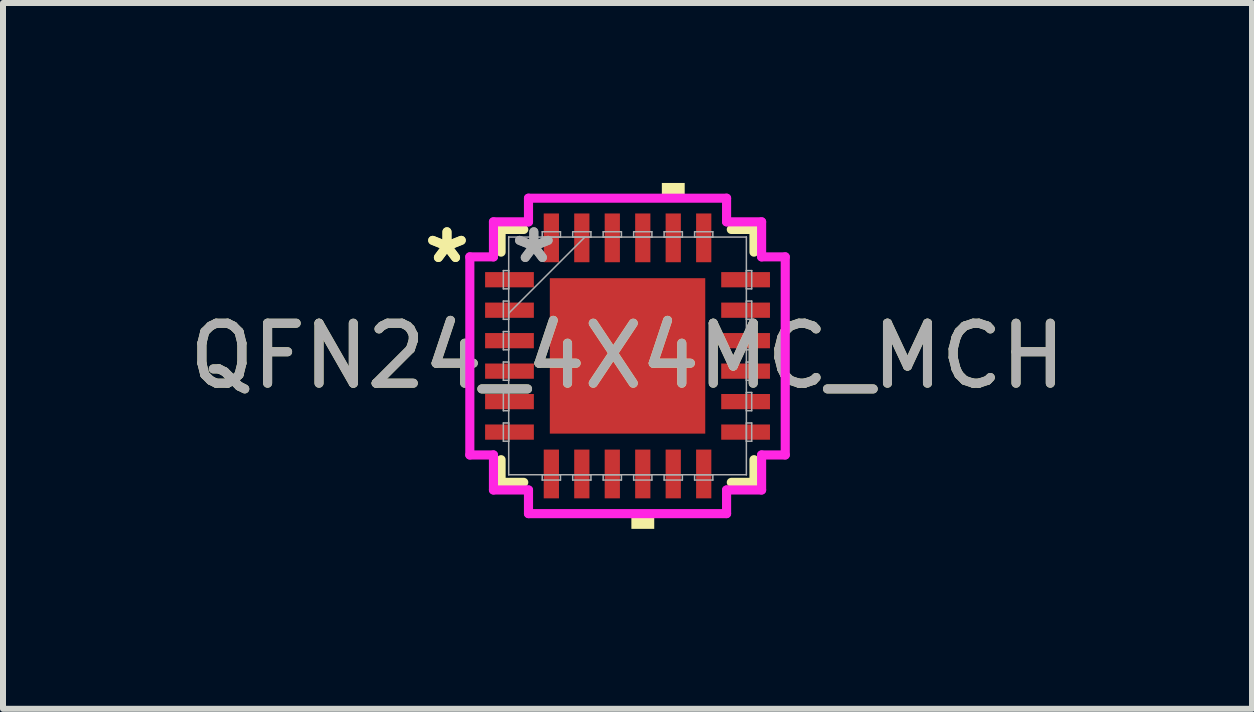
<source format=kicad_pcb>
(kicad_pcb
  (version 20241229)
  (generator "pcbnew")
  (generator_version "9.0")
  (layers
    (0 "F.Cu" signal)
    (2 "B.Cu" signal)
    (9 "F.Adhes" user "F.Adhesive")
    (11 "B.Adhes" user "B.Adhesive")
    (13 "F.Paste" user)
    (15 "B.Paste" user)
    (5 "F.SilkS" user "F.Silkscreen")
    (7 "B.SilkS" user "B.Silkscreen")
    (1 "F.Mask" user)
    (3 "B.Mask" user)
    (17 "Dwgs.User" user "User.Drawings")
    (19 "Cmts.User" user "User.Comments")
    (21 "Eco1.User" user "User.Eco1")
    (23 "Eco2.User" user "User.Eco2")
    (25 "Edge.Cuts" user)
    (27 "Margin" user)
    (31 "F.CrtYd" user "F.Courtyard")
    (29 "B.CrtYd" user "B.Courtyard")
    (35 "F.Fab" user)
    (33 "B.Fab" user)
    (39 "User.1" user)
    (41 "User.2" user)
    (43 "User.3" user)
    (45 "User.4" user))
  (footprint "QFN24_4X4MC_MCH"
    (layer "F.Cu")
    (at 7.411 2.883)
    (property "Reference" "QFN24_4X4MC_MCH" (at 0 0 0) (unlocked yes) (layer "F.SilkS") (effects (font (size 1 1) (thickness 0.15))))
    (attr smd)
    (fp_line (start -2.108 -2.108) (end -2.108 -1.73) (stroke (width 0.152) (type solid)) (layer "F.SilkS"))
    (fp_line (start -2.108 1.73) (end -2.108 2.108) (stroke (width 0.152) (type solid)) (layer "F.SilkS"))
    (fp_line (start -2.108 2.108) (end -1.73 2.108) (stroke (width 0.152) (type solid)) (layer "F.SilkS"))
    (fp_line (start -1.73 -2.108) (end -2.108 -2.108) (stroke (width 0.152) (type solid)) (layer "F.SilkS"))
    (fp_line (start 1.73 2.108) (end 2.108 2.108) (stroke (width 0.152) (type solid)) (layer "F.SilkS"))
    (fp_line (start 2.108 -2.108) (end 1.73 -2.108) (stroke (width 0.152) (type solid)) (layer "F.SilkS"))
    (fp_line (start 2.108 -1.73) (end 2.108 -2.108) (stroke (width 0.152) (type solid)) (layer "F.SilkS"))
    (fp_line (start 2.108 2.108) (end 2.108 1.73) (stroke (width 0.152) (type solid)) (layer "F.SilkS"))
    (fp_poly (pts (xy 0.064 2.629) (xy 0.064 2.883) (xy 0.445 2.883) (xy 0.445 2.629)) (stroke (width 0) (type solid)) (fill yes) (layer "F.SilkS"))
    (fp_poly (pts (xy 0.572 -2.629) (xy 0.572 -2.883) (xy 0.953 -2.883) (xy 0.953 -2.629)) (stroke (width 0) (type solid)) (fill yes) (layer "F.SilkS"))
    (fp_poly (pts (xy -1.195 -1.195) (xy -1.195 -0.1) (xy -0.1 -0.1) (xy -0.1 -1.195)) (stroke (width 0) (type solid)) (fill yes) (layer "F.Paste"))
    (fp_poly (pts (xy -1.195 0.1) (xy -1.195 1.195) (xy -0.1 1.195) (xy -0.1 0.1)) (stroke (width 0) (type solid)) (fill yes) (layer "F.Paste"))
    (fp_poly (pts (xy 0.1 -1.195) (xy 0.1 -0.1) (xy 1.195 -0.1) (xy 1.195 -1.195)) (stroke (width 0) (type solid)) (fill yes) (layer "F.Paste"))
    (fp_poly (pts (xy 0.1 0.1) (xy 0.1 1.195) (xy 1.195 1.195) (xy 1.195 0.1)) (stroke (width 0) (type solid)) (fill yes) (layer "F.Paste"))
    (fp_line (start -2.629 -1.651) (end -2.235 -1.651) (stroke (width 0.152) (type solid)) (layer "F.CrtYd"))
    (fp_line (start -2.629 1.651) (end -2.629 -1.651) (stroke (width 0.152) (type solid)) (layer "F.CrtYd"))
    (fp_line (start -2.235 -2.235) (end -1.651 -2.235) (stroke (width 0.152) (type solid)) (layer "F.CrtYd"))
    (fp_line (start -2.235 -1.651) (end -2.235 -2.235) (stroke (width 0.152) (type solid)) (layer "F.CrtYd"))
    (fp_line (start -2.235 1.651) (end -2.629 1.651) (stroke (width 0.152) (type solid)) (layer "F.CrtYd"))
    (fp_line (start -2.235 2.235) (end -2.235 1.651) (stroke (width 0.152) (type solid)) (layer "F.CrtYd"))
    (fp_line (start -1.651 -2.629) (end 1.651 -2.629) (stroke (width 0.152) (type solid)) (layer "F.CrtYd"))
    (fp_line (start -1.651 -2.235) (end -1.651 -2.629) (stroke (width 0.152) (type solid)) (layer "F.CrtYd"))
    (fp_line (start -1.651 2.235) (end -2.235 2.235) (stroke (width 0.152) (type solid)) (layer "F.CrtYd"))
    (fp_line (start -1.651 2.629) (end -1.651 2.235) (stroke (width 0.152) (type solid)) (layer "F.CrtYd"))
    (fp_line (start 1.651 -2.629) (end 1.651 -2.235) (stroke (width 0.152) (type solid)) (layer "F.CrtYd"))
    (fp_line (start 1.651 -2.235) (end 2.235 -2.235) (stroke (width 0.152) (type solid)) (layer "F.CrtYd"))
    (fp_line (start 1.651 2.235) (end 1.651 2.629) (stroke (width 0.152) (type solid)) (layer "F.CrtYd"))
    (fp_line (start 1.651 2.629) (end -1.651 2.629) (stroke (width 0.152) (type solid)) (layer "F.CrtYd"))
    (fp_line (start 2.235 -2.235) (end 2.235 -1.651) (stroke (width 0.152) (type solid)) (layer "F.CrtYd"))
    (fp_line (start 2.235 -1.651) (end 2.629 -1.651) (stroke (width 0.152) (type solid)) (layer "F.CrtYd"))
    (fp_line (start 2.235 1.651) (end 2.235 2.235) (stroke (width 0.152) (type solid)) (layer "F.CrtYd"))
    (fp_line (start 2.235 2.235) (end 1.651 2.235) (stroke (width 0.152) (type solid)) (layer "F.CrtYd"))
    (fp_line (start 2.629 -1.651) (end 2.629 1.651) (stroke (width 0.152) (type solid)) (layer "F.CrtYd"))
    (fp_line (start 2.629 1.651) (end 2.235 1.651) (stroke (width 0.152) (type solid)) (layer "F.CrtYd"))
    (fp_line (start -2.07 -1.422) (end -2.07 -1.118) (stroke (width 0.025) (type solid)) (layer "F.Fab"))
    (fp_line (start -2.07 -1.118) (end -1.981 -1.118) (stroke (width 0.025) (type solid)) (layer "F.Fab"))
    (fp_line (start -2.07 -0.914) (end -2.07 -0.61) (stroke (width 0.025) (type solid)) (layer "F.Fab"))
    (fp_line (start -2.07 -0.61) (end -1.981 -0.61) (stroke (width 0.025) (type solid)) (layer "F.Fab"))
    (fp_line (start -2.07 -0.406) (end -2.07 -0.102) (stroke (width 0.025) (type solid)) (layer "F.Fab"))
    (fp_line (start -2.07 -0.102) (end -1.981 -0.102) (stroke (width 0.025) (type solid)) (layer "F.Fab"))
    (fp_line (start -2.07 0.102) (end -2.07 0.406) (stroke (width 0.025) (type solid)) (layer "F.Fab"))
    (fp_line (start -2.07 0.406) (end -1.981 0.406) (stroke (width 0.025) (type solid)) (layer "F.Fab"))
    (fp_line (start -2.07 0.61) (end -2.07 0.914) (stroke (width 0.025) (type solid)) (layer "F.Fab"))
    (fp_line (start -2.07 0.914) (end -1.981 0.914) (stroke (width 0.025) (type solid)) (layer "F.Fab"))
    (fp_line (start -2.07 1.118) (end -2.07 1.422) (stroke (width 0.025) (type solid)) (layer "F.Fab"))
    (fp_line (start -2.07 1.422) (end -1.981 1.422) (stroke (width 0.025) (type solid)) (layer "F.Fab"))
    (fp_line (start -1.981 -1.981) (end -1.981 -1.981) (stroke (width 0.025) (type solid)) (layer "F.Fab"))
    (fp_line (start -1.981 -1.981) (end -1.981 1.981) (stroke (width 0.025) (type solid)) (layer "F.Fab"))
    (fp_line (start -1.981 -1.422) (end -2.07 -1.422) (stroke (width 0.025) (type solid)) (layer "F.Fab"))
    (fp_line (start -1.981 -1.118) (end -1.981 -1.422) (stroke (width 0.025) (type solid)) (layer "F.Fab"))
    (fp_line (start -1.981 -0.914) (end -2.07 -0.914) (stroke (width 0.025) (type solid)) (layer "F.Fab"))
    (fp_line (start -1.981 -0.711) (end -0.711 -1.981) (stroke (width 0.025) (type solid)) (layer "F.Fab"))
    (fp_line (start -1.981 -0.61) (end -1.981 -0.914) (stroke (width 0.025) (type solid)) (layer "F.Fab"))
    (fp_line (start -1.981 -0.406) (end -2.07 -0.406) (stroke (width 0.025) (type solid)) (layer "F.Fab"))
    (fp_line (start -1.981 -0.102) (end -1.981 -0.406) (stroke (width 0.025) (type solid)) (layer "F.Fab"))
    (fp_line (start -1.981 0.102) (end -2.07 0.102) (stroke (width 0.025) (type solid)) (layer "F.Fab"))
    (fp_line (start -1.981 0.406) (end -1.981 0.102) (stroke (width 0.025) (type solid)) (layer "F.Fab"))
    (fp_line (start -1.981 0.61) (end -2.07 0.61) (stroke (width 0.025) (type solid)) (layer "F.Fab"))
    (fp_line (start -1.981 0.914) (end -1.981 0.61) (stroke (width 0.025) (type solid)) (layer "F.Fab"))
    (fp_line (start -1.981 1.118) (end -2.07 1.118) (stroke (width 0.025) (type solid)) (layer "F.Fab"))
    (fp_line (start -1.981 1.422) (end -1.981 1.118) (stroke (width 0.025) (type solid)) (layer "F.Fab"))
    (fp_line (start -1.981 1.981) (end -1.981 1.981) (stroke (width 0.025) (type solid)) (layer "F.Fab"))
    (fp_line (start -1.981 1.981) (end 1.981 1.981) (stroke (width 0.025) (type solid)) (layer "F.Fab"))
    (fp_line (start -1.422 -2.07) (end -1.422 -1.981) (stroke (width 0.025) (type solid)) (layer "F.Fab"))
    (fp_line (start -1.422 -1.981) (end -1.118 -1.981) (stroke (width 0.025) (type solid)) (layer "F.Fab"))
    (fp_line (start -1.422 1.981) (end -1.422 2.07) (stroke (width 0.025) (type solid)) (layer "F.Fab"))
    (fp_line (start -1.422 2.07) (end -1.118 2.07) (stroke (width 0.025) (type solid)) (layer "F.Fab"))
    (fp_line (start -1.118 -2.07) (end -1.422 -2.07) (stroke (width 0.025) (type solid)) (layer "F.Fab"))
    (fp_line (start -1.118 -1.981) (end -1.118 -2.07) (stroke (width 0.025) (type solid)) (layer "F.Fab"))
    (fp_line (start -1.118 1.981) (end -1.422 1.981) (stroke (width 0.025) (type solid)) (layer "F.Fab"))
    (fp_line (start -1.118 2.07) (end -1.118 1.981) (stroke (width 0.025) (type solid)) (layer "F.Fab"))
    (fp_line (start -0.914 -2.07) (end -0.914 -1.981) (stroke (width 0.025) (type solid)) (layer "F.Fab"))
    (fp_line (start -0.914 -1.981) (end -0.61 -1.981) (stroke (width 0.025) (type solid)) (layer "F.Fab"))
    (fp_line (start -0.914 1.981) (end -0.914 2.07) (stroke (width 0.025) (type solid)) (layer "F.Fab"))
    (fp_line (start -0.914 2.07) (end -0.61 2.07) (stroke (width 0.025) (type solid)) (layer "F.Fab"))
    (fp_line (start -0.61 -2.07) (end -0.914 -2.07) (stroke (width 0.025) (type solid)) (layer "F.Fab"))
    (fp_line (start -0.61 -1.981) (end -0.61 -2.07) (stroke (width 0.025) (type solid)) (layer "F.Fab"))
    (fp_line (start -0.61 1.981) (end -0.914 1.981) (stroke (width 0.025) (type solid)) (layer "F.Fab"))
    (fp_line (start -0.61 2.07) (end -0.61 1.981) (stroke (width 0.025) (type solid)) (layer "F.Fab"))
    (fp_line (start -0.406 -2.07) (end -0.406 -1.981) (stroke (width 0.025) (type solid)) (layer "F.Fab"))
    (fp_line (start -0.406 -1.981) (end -0.102 -1.981) (stroke (width 0.025) (type solid)) (layer "F.Fab"))
    (fp_line (start -0.406 1.981) (end -0.406 2.07) (stroke (width 0.025) (type solid)) (layer "F.Fab"))
    (fp_line (start -0.406 2.07) (end -0.102 2.07) (stroke (width 0.025) (type solid)) (layer "F.Fab"))
    (fp_line (start -0.102 -2.07) (end -0.406 -2.07) (stroke (width 0.025) (type solid)) (layer "F.Fab"))
    (fp_line (start -0.102 -1.981) (end -0.102 -2.07) (stroke (width 0.025) (type solid)) (layer "F.Fab"))
    (fp_line (start -0.102 1.981) (end -0.406 1.981) (stroke (width 0.025) (type solid)) (layer "F.Fab"))
    (fp_line (start -0.102 2.07) (end -0.102 1.981) (stroke (width 0.025) (type solid)) (layer "F.Fab"))
    (fp_line (start 0.102 -2.07) (end 0.102 -1.981) (stroke (width 0.025) (type solid)) (layer "F.Fab"))
    (fp_line (start 0.102 -1.981) (end 0.406 -1.981) (stroke (width 0.025) (type solid)) (layer "F.Fab"))
    (fp_line (start 0.102 1.981) (end 0.102 2.07) (stroke (width 0.025) (type solid)) (layer "F.Fab"))
    (fp_line (start 0.102 2.07) (end 0.406 2.07) (stroke (width 0.025) (type solid)) (layer "F.Fab"))
    (fp_line (start 0.406 -2.07) (end 0.102 -2.07) (stroke (width 0.025) (type solid)) (layer "F.Fab"))
    (fp_line (start 0.406 -1.981) (end 0.406 -2.07) (stroke (width 0.025) (type solid)) (layer "F.Fab"))
    (fp_line (start 0.406 1.981) (end 0.102 1.981) (stroke (width 0.025) (type solid)) (layer "F.Fab"))
    (fp_line (start 0.406 2.07) (end 0.406 1.981) (stroke (width 0.025) (type solid)) (layer "F.Fab"))
    (fp_line (start 0.61 -2.07) (end 0.61 -1.981) (stroke (width 0.025) (type solid)) (layer "F.Fab"))
    (fp_line (start 0.61 -1.981) (end 0.914 -1.981) (stroke (width 0.025) (type solid)) (layer "F.Fab"))
    (fp_line (start 0.61 1.981) (end 0.61 2.07) (stroke (width 0.025) (type solid)) (layer "F.Fab"))
    (fp_line (start 0.61 2.07) (end 0.914 2.07) (stroke (width 0.025) (type solid)) (layer "F.Fab"))
    (fp_line (start 0.914 -2.07) (end 0.61 -2.07) (stroke (width 0.025) (type solid)) (layer "F.Fab"))
    (fp_line (start 0.914 -1.981) (end 0.914 -2.07) (stroke (width 0.025) (type solid)) (layer "F.Fab"))
    (fp_line (start 0.914 1.981) (end 0.61 1.981) (stroke (width 0.025) (type solid)) (layer "F.Fab"))
    (fp_line (start 0.914 2.07) (end 0.914 1.981) (stroke (width 0.025) (type solid)) (layer "F.Fab"))
    (fp_line (start 1.118 -2.07) (end 1.118 -1.981) (stroke (width 0.025) (type solid)) (layer "F.Fab"))
    (fp_line (start 1.118 -1.981) (end 1.422 -1.981) (stroke (width 0.025) (type solid)) (layer "F.Fab"))
    (fp_line (start 1.118 1.981) (end 1.118 2.07) (stroke (width 0.025) (type solid)) (layer "F.Fab"))
    (fp_line (start 1.118 2.07) (end 1.422 2.07) (stroke (width 0.025) (type solid)) (layer "F.Fab"))
    (fp_line (start 1.422 -2.07) (end 1.118 -2.07) (stroke (width 0.025) (type solid)) (layer "F.Fab"))
    (fp_line (start 1.422 -1.981) (end 1.422 -2.07) (stroke (width 0.025) (type solid)) (layer "F.Fab"))
    (fp_line (start 1.422 1.981) (end 1.118 1.981) (stroke (width 0.025) (type solid)) (layer "F.Fab"))
    (fp_line (start 1.422 2.07) (end 1.422 1.981) (stroke (width 0.025) (type solid)) (layer "F.Fab"))
    (fp_line (start 1.981 -1.981) (end -1.981 -1.981) (stroke (width 0.025) (type solid)) (layer "F.Fab"))
    (fp_line (start 1.981 -1.981) (end 1.981 -1.981) (stroke (width 0.025) (type solid)) (layer "F.Fab"))
    (fp_line (start 1.981 -1.422) (end 1.981 -1.118) (stroke (width 0.025) (type solid)) (layer "F.Fab"))
    (fp_line (start 1.981 -1.118) (end 2.07 -1.118) (stroke (width 0.025) (type solid)) (layer "F.Fab"))
    (fp_line (start 1.981 -0.914) (end 1.981 -0.61) (stroke (width 0.025) (type solid)) (layer "F.Fab"))
    (fp_line (start 1.981 -0.61) (end 2.07 -0.61) (stroke (width 0.025) (type solid)) (layer "F.Fab"))
    (fp_line (start 1.981 -0.406) (end 1.981 -0.102) (stroke (width 0.025) (type solid)) (layer "F.Fab"))
    (fp_line (start 1.981 -0.102) (end 2.07 -0.102) (stroke (width 0.025) (type solid)) (layer "F.Fab"))
    (fp_line (start 1.981 0.102) (end 1.981 0.406) (stroke (width 0.025) (type solid)) (layer "F.Fab"))
    (fp_line (start 1.981 0.406) (end 2.07 0.406) (stroke (width 0.025) (type solid)) (layer "F.Fab"))
    (fp_line (start 1.981 0.61) (end 1.981 0.914) (stroke (width 0.025) (type solid)) (layer "F.Fab"))
    (fp_line (start 1.981 0.914) (end 2.07 0.914) (stroke (width 0.025) (type solid)) (layer "F.Fab"))
    (fp_line (start 1.981 1.118) (end 1.981 1.422) (stroke (width 0.025) (type solid)) (layer "F.Fab"))
    (fp_line (start 1.981 1.422) (end 2.07 1.422) (stroke (width 0.025) (type solid)) (layer "F.Fab"))
    (fp_line (start 1.981 1.981) (end 1.981 -1.981) (stroke (width 0.025) (type solid)) (layer "F.Fab"))
    (fp_line (start 1.981 1.981) (end 1.981 1.981) (stroke (width 0.025) (type solid)) (layer "F.Fab"))
    (fp_line (start 2.07 -1.422) (end 1.981 -1.422) (stroke (width 0.025) (type solid)) (layer "F.Fab"))
    (fp_line (start 2.07 -1.118) (end 2.07 -1.422) (stroke (width 0.025) (type solid)) (layer "F.Fab"))
    (fp_line (start 2.07 -0.914) (end 1.981 -0.914) (stroke (width 0.025) (type solid)) (layer "F.Fab"))
    (fp_line (start 2.07 -0.61) (end 2.07 -0.914) (stroke (width 0.025) (type solid)) (layer "F.Fab"))
    (fp_line (start 2.07 -0.406) (end 1.981 -0.406) (stroke (width 0.025) (type solid)) (layer "F.Fab"))
    (fp_line (start 2.07 -0.102) (end 2.07 -0.406) (stroke (width 0.025) (type solid)) (layer "F.Fab"))
    (fp_line (start 2.07 0.102) (end 1.981 0.102) (stroke (width 0.025) (type solid)) (layer "F.Fab"))
    (fp_line (start 2.07 0.406) (end 2.07 0.102) (stroke (width 0.025) (type solid)) (layer "F.Fab"))
    (fp_line (start 2.07 0.61) (end 1.981 0.61) (stroke (width 0.025) (type solid)) (layer "F.Fab"))
    (fp_line (start 2.07 0.914) (end 2.07 0.61) (stroke (width 0.025) (type solid)) (layer "F.Fab"))
    (fp_line (start 2.07 1.118) (end 1.981 1.118) (stroke (width 0.025) (type solid)) (layer "F.Fab"))
    (fp_line (start 2.07 1.422) (end 2.07 1.118) (stroke (width 0.025) (type solid)) (layer "F.Fab"))
    (fp_text user "*" (at -3.01 -1.524 0) (unlocked yes) (layer "F.SilkS") (effects (font (size 1 1) (thickness 0.15))))
    (fp_text user "*" (at -3.01 -1.524 0) (layer "F.SilkS") (effects (font (size 1 1) (thickness 0.15))))
    (fp_text user "${REFERENCE}" (at 0 0 0) (unlocked yes) (layer "F.Fab") (effects (font (size 1 1) (thickness 0.15))))
    (fp_text user "*" (at -1.562 -1.524 0) (layer "F.Fab") (effects (font (size 1 1) (thickness 0.15))))
    (fp_text user "*" (at -1.562 -1.524 0) (unlocked yes) (layer "F.Fab") (effects (font (size 1 1) (thickness 0.15))))
    (pad "1" smd rect (at -1.968 -1.27 90) (size 0.254 0.813) (layers "F.Cu" "F.Mask" "F.Paste"))
    (pad "2" smd rect (at -1.968 -0.762 90) (size 0.254 0.813) (layers "F.Cu" "F.Mask" "F.Paste"))
    (pad "3" smd rect (at -1.968 -0.254 90) (size 0.254 0.813) (layers "F.Cu" "F.Mask" "F.Paste"))
    (pad "4" smd rect (at -1.968 0.254 90) (size 0.254 0.813) (layers "F.Cu" "F.Mask" "F.Paste"))
    (pad "5" smd rect (at -1.968 0.762 90) (size 0.254 0.813) (layers "F.Cu" "F.Mask" "F.Paste"))
    (pad "6" smd rect (at -1.968 1.27 90) (size 0.254 0.813) (layers "F.Cu" "F.Mask" "F.Paste"))
    (pad "7" smd rect (at -1.27 1.968) (size 0.254 0.813) (layers "F.Cu" "F.Mask" "F.Paste"))
    (pad "8" smd rect (at -0.762 1.968) (size 0.254 0.813) (layers "F.Cu" "F.Mask" "F.Paste"))
    (pad "9" smd rect (at -0.254 1.968) (size 0.254 0.813) (layers "F.Cu" "F.Mask" "F.Paste"))
    (pad "10" smd rect (at 0.254 1.968) (size 0.254 0.813) (layers "F.Cu" "F.Mask" "F.Paste"))
    (pad "11" smd rect (at 0.762 1.968) (size 0.254 0.813) (layers "F.Cu" "F.Mask" "F.Paste"))
    (pad "12" smd rect (at 1.27 1.968) (size 0.254 0.813) (layers "F.Cu" "F.Mask" "F.Paste"))
    (pad "13" smd rect (at 1.968 1.27 90) (size 0.254 0.813) (layers "F.Cu" "F.Mask" "F.Paste"))
    (pad "14" smd rect (at 1.968 0.762 90) (size 0.254 0.813) (layers "F.Cu" "F.Mask" "F.Paste"))
    (pad "15" smd rect (at 1.968 0.254 90) (size 0.254 0.813) (layers "F.Cu" "F.Mask" "F.Paste"))
    (pad "16" smd rect (at 1.968 -0.254 90) (size 0.254 0.813) (layers "F.Cu" "F.Mask" "F.Paste"))
    (pad "17" smd rect (at 1.968 -0.762 90) (size 0.254 0.813) (layers "F.Cu" "F.Mask" "F.Paste"))
    (pad "18" smd rect (at 1.968 -1.27 90) (size 0.254 0.813) (layers "F.Cu" "F.Mask" "F.Paste"))
    (pad "19" smd rect (at 1.27 -1.968) (size 0.254 0.813) (layers "F.Cu" "F.Mask" "F.Paste"))
    (pad "20" smd rect (at 0.762 -1.968) (size 0.254 0.813) (layers "F.Cu" "F.Mask" "F.Paste"))
    (pad "21" smd rect (at 0.254 -1.968) (size 0.254 0.813) (layers "F.Cu" "F.Mask" "F.Paste"))
    (pad "22" smd rect (at -0.254 -1.968) (size 0.254 0.813) (layers "F.Cu" "F.Mask" "F.Paste"))
    (pad "23" smd rect (at -0.762 -1.968) (size 0.254 0.813) (layers "F.Cu" "F.Mask" "F.Paste"))
    (pad "24" smd rect (at -1.27 -1.968) (size 0.254 0.813) (layers "F.Cu" "F.Mask" "F.Paste"))
    (pad "25" smd rect (at 0 0) (size 2.591 2.591) (layers "F.Cu" "F.Mask" "F.Paste")))
  (gr_rect
    (start -3 -3)
    (end 17.821 8.766)
    (stroke (width 0.1) (type default))
    (fill no)
    (layer "Edge.Cuts")))
</source>
